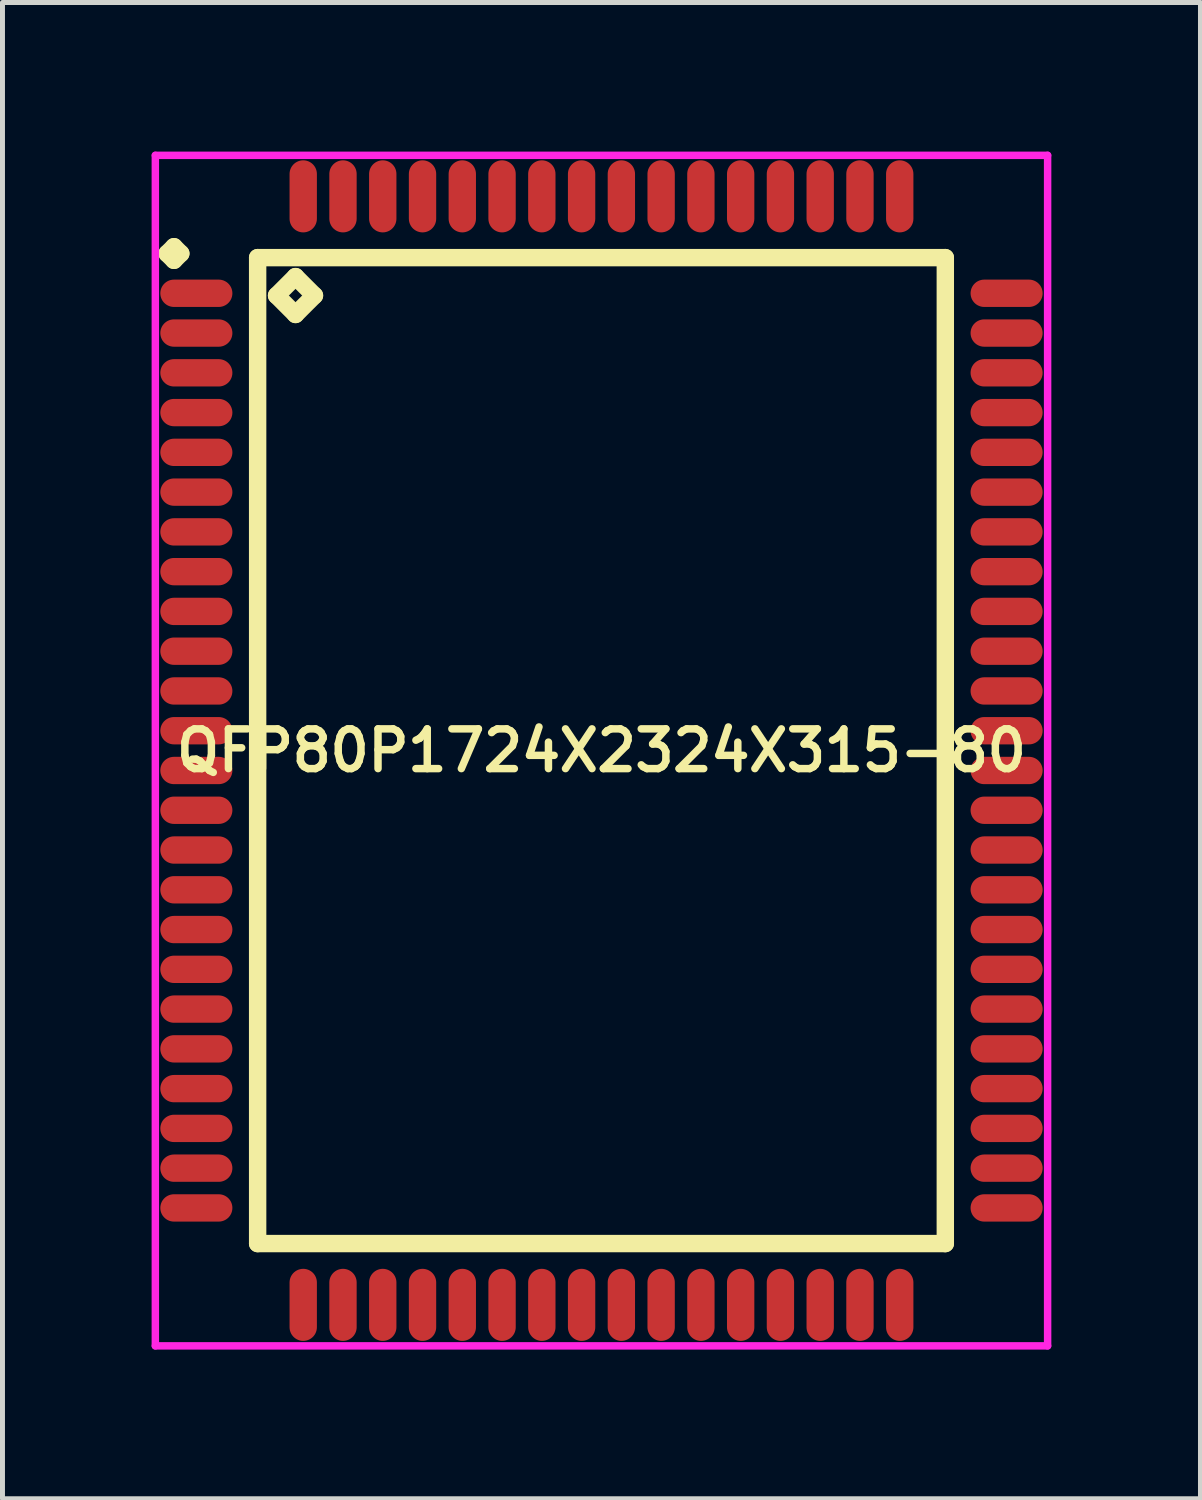
<source format=kicad_pcb>
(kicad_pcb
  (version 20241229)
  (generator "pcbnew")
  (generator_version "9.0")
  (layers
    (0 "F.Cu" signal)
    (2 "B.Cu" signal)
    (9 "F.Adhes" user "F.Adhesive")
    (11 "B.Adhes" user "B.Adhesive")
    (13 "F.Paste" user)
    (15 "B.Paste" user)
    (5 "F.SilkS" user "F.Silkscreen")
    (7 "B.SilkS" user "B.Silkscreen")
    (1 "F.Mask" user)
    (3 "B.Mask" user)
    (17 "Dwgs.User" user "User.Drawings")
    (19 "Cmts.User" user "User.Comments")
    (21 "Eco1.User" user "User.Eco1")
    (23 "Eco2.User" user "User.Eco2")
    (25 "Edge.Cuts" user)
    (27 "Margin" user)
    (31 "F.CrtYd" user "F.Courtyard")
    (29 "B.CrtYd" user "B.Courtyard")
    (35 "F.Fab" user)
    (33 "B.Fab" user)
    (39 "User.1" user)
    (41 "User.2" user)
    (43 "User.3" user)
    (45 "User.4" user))
  (footprint "QFP80P1724X2324X315-80"
    (layer "F.Cu")
    (at 9.05 12.05)
    (property "Reference" "QFP80P1724X2324X315-80" (at 0 0 0) (layer "F.SilkS") (effects (font (size 0.8 0.8) (thickness 0.15))))
    (attr smd)
    (fp_line (start -8.738 -10) (end -8.6 -10.137) (stroke (width 0.35) (type solid)) (layer "F.SilkS"))
    (fp_line (start -8.6 -10.137) (end -8.463 -10) (stroke (width 0.35) (type solid)) (layer "F.SilkS"))
    (fp_line (start -8.6 -9.863) (end -8.738 -10) (stroke (width 0.35) (type solid)) (layer "F.SilkS"))
    (fp_line (start -8.463 -10) (end -8.6 -9.863) (stroke (width 0.35) (type solid)) (layer "F.SilkS"))
    (fp_line (start -6.917 -9.917) (end -6.917 9.917) (stroke (width 0.35) (type solid)) (layer "F.SilkS"))
    (fp_line (start -6.917 9.917) (end 6.917 9.917) (stroke (width 0.35) (type solid)) (layer "F.SilkS"))
    (fp_line (start -6.536 -9.155) (end -6.155 -9.536) (stroke (width 0.35) (type solid)) (layer "F.SilkS"))
    (fp_line (start -6.155 -9.536) (end -5.774 -9.155) (stroke (width 0.35) (type solid)) (layer "F.SilkS"))
    (fp_line (start -6.155 -8.774) (end -6.536 -9.155) (stroke (width 0.35) (type solid)) (layer "F.SilkS"))
    (fp_line (start -5.774 -9.155) (end -6.155 -8.774) (stroke (width 0.35) (type solid)) (layer "F.SilkS"))
    (fp_line (start 6.917 -9.917) (end -6.917 -9.917) (stroke (width 0.35) (type solid)) (layer "F.SilkS"))
    (fp_line (start 6.917 9.917) (end 6.917 -9.917) (stroke (width 0.35) (type solid)) (layer "F.SilkS"))
    (fp_line (start -8.975 -11.975) (end 8.975 -11.975) (stroke (width 0.15) (type solid)) (layer "F.CrtYd"))
    (fp_line (start -8.975 11.975) (end -8.975 -11.975) (stroke (width 0.15) (type solid)) (layer "F.CrtYd"))
    (fp_line (start 8.975 -11.975) (end 8.975 11.975) (stroke (width 0.15) (type solid)) (layer "F.CrtYd"))
    (fp_line (start 8.975 11.975) (end -8.975 11.975) (stroke (width 0.15) (type solid)) (layer "F.CrtYd"))
    (pad "1" smd oval (at -8.15 -9.2) (size 1.45 0.55) (layers "F.Cu" "F.Mask" "F.Paste"))
    (pad "2" smd oval (at -8.15 -8.4) (size 1.45 0.55) (layers "F.Cu" "F.Mask" "F.Paste"))
    (pad "3" smd oval (at -8.15 -7.6) (size 1.45 0.55) (layers "F.Cu" "F.Mask" "F.Paste"))
    (pad "4" smd oval (at -8.15 -6.8) (size 1.45 0.55) (layers "F.Cu" "F.Mask" "F.Paste"))
    (pad "5" smd oval (at -8.15 -6) (size 1.45 0.55) (layers "F.Cu" "F.Mask" "F.Paste"))
    (pad "6" smd oval (at -8.15 -5.2) (size 1.45 0.55) (layers "F.Cu" "F.Mask" "F.Paste"))
    (pad "7" smd oval (at -8.15 -4.4) (size 1.45 0.55) (layers "F.Cu" "F.Mask" "F.Paste"))
    (pad "8" smd oval (at -8.15 -3.6) (size 1.45 0.55) (layers "F.Cu" "F.Mask" "F.Paste"))
    (pad "9" smd oval (at -8.15 -2.8) (size 1.45 0.55) (layers "F.Cu" "F.Mask" "F.Paste"))
    (pad "10" smd oval (at -8.15 -2) (size 1.45 0.55) (layers "F.Cu" "F.Mask" "F.Paste"))
    (pad "11" smd oval (at -8.15 -1.2) (size 1.45 0.55) (layers "F.Cu" "F.Mask" "F.Paste"))
    (pad "12" smd oval (at -8.15 -0.4) (size 1.45 0.55) (layers "F.Cu" "F.Mask" "F.Paste"))
    (pad "13" smd oval (at -8.15 0.4) (size 1.45 0.55) (layers "F.Cu" "F.Mask" "F.Paste"))
    (pad "14" smd oval (at -8.15 1.2) (size 1.45 0.55) (layers "F.Cu" "F.Mask" "F.Paste"))
    (pad "15" smd oval (at -8.15 2) (size 1.45 0.55) (layers "F.Cu" "F.Mask" "F.Paste"))
    (pad "16" smd oval (at -8.15 2.8) (size 1.45 0.55) (layers "F.Cu" "F.Mask" "F.Paste"))
    (pad "17" smd oval (at -8.15 3.6) (size 1.45 0.55) (layers "F.Cu" "F.Mask" "F.Paste"))
    (pad "18" smd oval (at -8.15 4.4) (size 1.45 0.55) (layers "F.Cu" "F.Mask" "F.Paste"))
    (pad "19" smd oval (at -8.15 5.2) (size 1.45 0.55) (layers "F.Cu" "F.Mask" "F.Paste"))
    (pad "20" smd oval (at -8.15 6) (size 1.45 0.55) (layers "F.Cu" "F.Mask" "F.Paste"))
    (pad "21" smd oval (at -8.15 6.8) (size 1.45 0.55) (layers "F.Cu" "F.Mask" "F.Paste"))
    (pad "22" smd oval (at -8.15 7.6) (size 1.45 0.55) (layers "F.Cu" "F.Mask" "F.Paste"))
    (pad "23" smd oval (at -8.15 8.4) (size 1.45 0.55) (layers "F.Cu" "F.Mask" "F.Paste"))
    (pad "24" smd oval (at -8.15 9.2) (size 1.45 0.55) (layers "F.Cu" "F.Mask" "F.Paste"))
    (pad "25" smd oval (at -6 11.15) (size 0.55 1.45) (layers "F.Cu" "F.Mask" "F.Paste"))
    (pad "26" smd oval (at -5.2 11.15) (size 0.55 1.45) (layers "F.Cu" "F.Mask" "F.Paste"))
    (pad "27" smd oval (at -4.4 11.15) (size 0.55 1.45) (layers "F.Cu" "F.Mask" "F.Paste"))
    (pad "28" smd oval (at -3.6 11.15) (size 0.55 1.45) (layers "F.Cu" "F.Mask" "F.Paste"))
    (pad "29" smd oval (at -2.8 11.15) (size 0.55 1.45) (layers "F.Cu" "F.Mask" "F.Paste"))
    (pad "30" smd oval (at -2 11.15) (size 0.55 1.45) (layers "F.Cu" "F.Mask" "F.Paste"))
    (pad "31" smd oval (at -1.2 11.15) (size 0.55 1.45) (layers "F.Cu" "F.Mask" "F.Paste"))
    (pad "32" smd oval (at -0.4 11.15) (size 0.55 1.45) (layers "F.Cu" "F.Mask" "F.Paste"))
    (pad "33" smd oval (at 0.4 11.15) (size 0.55 1.45) (layers "F.Cu" "F.Mask" "F.Paste"))
    (pad "34" smd oval (at 1.2 11.15) (size 0.55 1.45) (layers "F.Cu" "F.Mask" "F.Paste"))
    (pad "35" smd oval (at 2 11.15) (size 0.55 1.45) (layers "F.Cu" "F.Mask" "F.Paste"))
    (pad "36" smd oval (at 2.8 11.15) (size 0.55 1.45) (layers "F.Cu" "F.Mask" "F.Paste"))
    (pad "37" smd oval (at 3.6 11.15) (size 0.55 1.45) (layers "F.Cu" "F.Mask" "F.Paste"))
    (pad "38" smd oval (at 4.4 11.15) (size 0.55 1.45) (layers "F.Cu" "F.Mask" "F.Paste"))
    (pad "39" smd oval (at 5.2 11.15) (size 0.55 1.45) (layers "F.Cu" "F.Mask" "F.Paste"))
    (pad "40" smd oval (at 6 11.15) (size 0.55 1.45) (layers "F.Cu" "F.Mask" "F.Paste"))
    (pad "41" smd oval (at 8.15 9.2) (size 1.45 0.55) (layers "F.Cu" "F.Mask" "F.Paste"))
    (pad "42" smd oval (at 8.15 8.4) (size 1.45 0.55) (layers "F.Cu" "F.Mask" "F.Paste"))
    (pad "43" smd oval (at 8.15 7.6) (size 1.45 0.55) (layers "F.Cu" "F.Mask" "F.Paste"))
    (pad "44" smd oval (at 8.15 6.8) (size 1.45 0.55) (layers "F.Cu" "F.Mask" "F.Paste"))
    (pad "45" smd oval (at 8.15 6) (size 1.45 0.55) (layers "F.Cu" "F.Mask" "F.Paste"))
    (pad "46" smd oval (at 8.15 5.2) (size 1.45 0.55) (layers "F.Cu" "F.Mask" "F.Paste"))
    (pad "47" smd oval (at 8.15 4.4) (size 1.45 0.55) (layers "F.Cu" "F.Mask" "F.Paste"))
    (pad "48" smd oval (at 8.15 3.6) (size 1.45 0.55) (layers "F.Cu" "F.Mask" "F.Paste"))
    (pad "49" smd oval (at 8.15 2.8) (size 1.45 0.55) (layers "F.Cu" "F.Mask" "F.Paste"))
    (pad "50" smd oval (at 8.15 2) (size 1.45 0.55) (layers "F.Cu" "F.Mask" "F.Paste"))
    (pad "51" smd oval (at 8.15 1.2) (size 1.45 0.55) (layers "F.Cu" "F.Mask" "F.Paste"))
    (pad "52" smd oval (at 8.15 0.4) (size 1.45 0.55) (layers "F.Cu" "F.Mask" "F.Paste"))
    (pad "53" smd oval (at 8.15 -0.4) (size 1.45 0.55) (layers "F.Cu" "F.Mask" "F.Paste"))
    (pad "54" smd oval (at 8.15 -1.2) (size 1.45 0.55) (layers "F.Cu" "F.Mask" "F.Paste"))
    (pad "55" smd oval (at 8.15 -2) (size 1.45 0.55) (layers "F.Cu" "F.Mask" "F.Paste"))
    (pad "56" smd oval (at 8.15 -2.8) (size 1.45 0.55) (layers "F.Cu" "F.Mask" "F.Paste"))
    (pad "57" smd oval (at 8.15 -3.6) (size 1.45 0.55) (layers "F.Cu" "F.Mask" "F.Paste"))
    (pad "58" smd oval (at 8.15 -4.4) (size 1.45 0.55) (layers "F.Cu" "F.Mask" "F.Paste"))
    (pad "59" smd oval (at 8.15 -5.2) (size 1.45 0.55) (layers "F.Cu" "F.Mask" "F.Paste"))
    (pad "60" smd oval (at 8.15 -6) (size 1.45 0.55) (layers "F.Cu" "F.Mask" "F.Paste"))
    (pad "61" smd oval (at 8.15 -6.8) (size 1.45 0.55) (layers "F.Cu" "F.Mask" "F.Paste"))
    (pad "62" smd oval (at 8.15 -7.6) (size 1.45 0.55) (layers "F.Cu" "F.Mask" "F.Paste"))
    (pad "63" smd oval (at 8.15 -8.4) (size 1.45 0.55) (layers "F.Cu" "F.Mask" "F.Paste"))
    (pad "64" smd oval (at 8.15 -9.2) (size 1.45 0.55) (layers "F.Cu" "F.Mask" "F.Paste"))
    (pad "65" smd oval (at 6 -11.15) (size 0.55 1.45) (layers "F.Cu" "F.Mask" "F.Paste"))
    (pad "66" smd oval (at 5.2 -11.15) (size 0.55 1.45) (layers "F.Cu" "F.Mask" "F.Paste"))
    (pad "67" smd oval (at 4.4 -11.15) (size 0.55 1.45) (layers "F.Cu" "F.Mask" "F.Paste"))
    (pad "68" smd oval (at 3.6 -11.15) (size 0.55 1.45) (layers "F.Cu" "F.Mask" "F.Paste"))
    (pad "69" smd oval (at 2.8 -11.15) (size 0.55 1.45) (layers "F.Cu" "F.Mask" "F.Paste"))
    (pad "70" smd oval (at 2 -11.15) (size 0.55 1.45) (layers "F.Cu" "F.Mask" "F.Paste"))
    (pad "71" smd oval (at 1.2 -11.15) (size 0.55 1.45) (layers "F.Cu" "F.Mask" "F.Paste"))
    (pad "72" smd oval (at 0.4 -11.15) (size 0.55 1.45) (layers "F.Cu" "F.Mask" "F.Paste"))
    (pad "73" smd oval (at -0.4 -11.15) (size 0.55 1.45) (layers "F.Cu" "F.Mask" "F.Paste"))
    (pad "74" smd oval (at -1.2 -11.15) (size 0.55 1.45) (layers "F.Cu" "F.Mask" "F.Paste"))
    (pad "75" smd oval (at -2 -11.15) (size 0.55 1.45) (layers "F.Cu" "F.Mask" "F.Paste"))
    (pad "76" smd oval (at -2.8 -11.15) (size 0.55 1.45) (layers "F.Cu" "F.Mask" "F.Paste"))
    (pad "77" smd oval (at -3.6 -11.15) (size 0.55 1.45) (layers "F.Cu" "F.Mask" "F.Paste"))
    (pad "78" smd oval (at -4.4 -11.15) (size 0.55 1.45) (layers "F.Cu" "F.Mask" "F.Paste"))
    (pad "79" smd oval (at -5.2 -11.15) (size 0.55 1.45) (layers "F.Cu" "F.Mask" "F.Paste"))
    (pad "80" smd oval (at -6 -11.15) (size 0.55 1.45) (layers "F.Cu" "F.Mask" "F.Paste")))
  (gr_rect
    (start -3 -3)
    (end 21.1 27.1)
    (stroke (width 0.1) (type default))
    (fill no)
    (layer "Edge.Cuts")))
</source>
